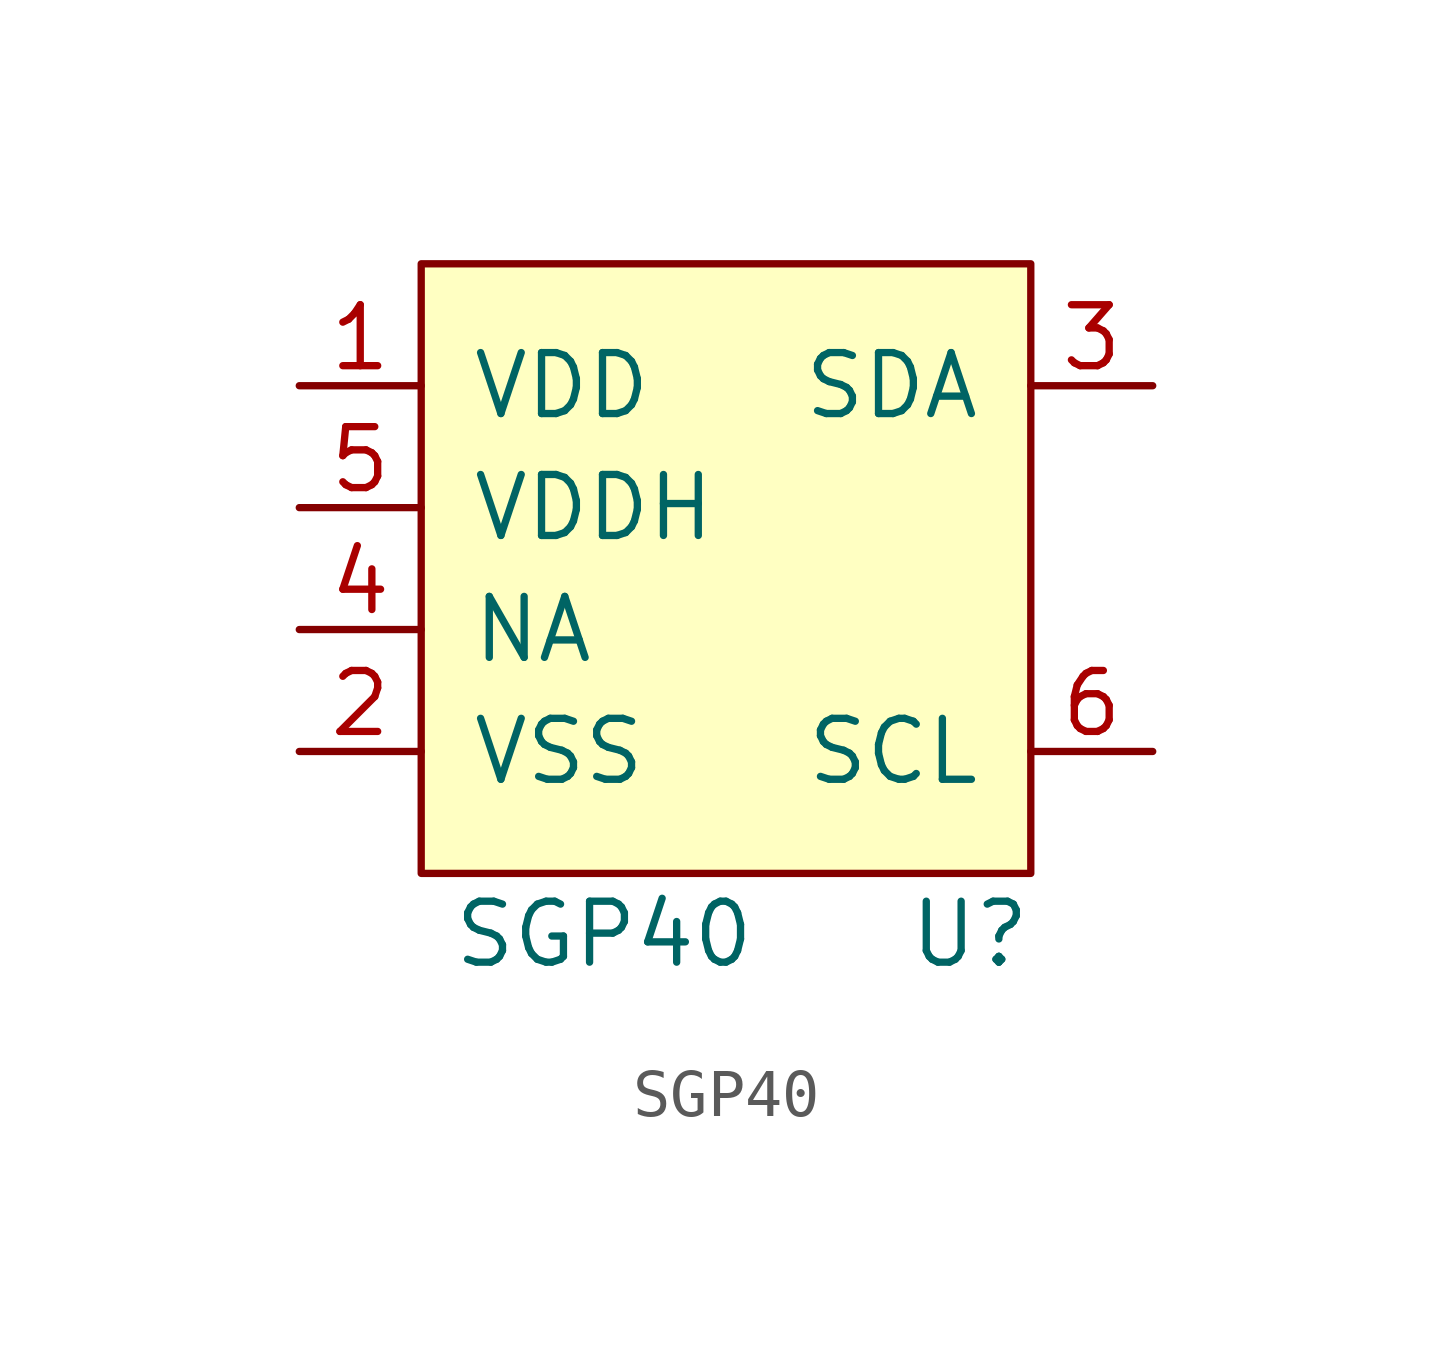
<source format=kicad_sym>
(kicad_symbol_lib
  (version 20211014)
  (generator kicad_symbol_editor)
  (symbol "SGP40"
    (pin_names
      (offset 1.016))
    (property "Reference" "U"
      (at 5.08 -7.62 0)
      (effects (font (size 1.27 1.27))))
    (property "Value" "SGP40"
      (at -2.54 -7.62 0)
      (effects (font (size 1.27 1.27))))
    (symbol "SGP40_0_1"
      (rectangle (start -6.35 6.35) (end 6.35 -6.35) (stroke (width 0) (type default) (color 0 0 0 0)) (fill (type background))))
    (symbol "SGP40_1_0"
      (pin open_collector line (at 8.89 3.81 180) (length 2.54) (name "SDA" (effects (font (size 1.27 1.27)))) (number "3" (effects (font (size 1.27 1.27)))))
      (pin passive line (at -8.89 -1.27 0) (length 2.54) (name "NA" (effects (font (size 1.27 1.27)))) (number "4" (effects (font (size 1.27 1.27)))))
      (pin power_in line (at -8.89 1.27 0) (length 2.54) (name "VDDH" (effects (font (size 1.27 1.27)))) (number "5" (effects (font (size 1.27 1.27)))))
      (pin open_collector line (at 8.89 -3.81 180) (length 2.54) (name "SCL" (effects (font (size 1.27 1.27)))) (number "6" (effects (font (size 1.27 1.27))))))
    (symbol "SGP40_1_1"
      (pin power_in line (at -8.89 3.81 0) (length 2.54) (name "VDD" (effects (font (size 1.27 1.27)))) (number "1" (effects (font (size 1.27 1.27)))))
      (pin power_in line (at -8.89 -3.81 0) (length 2.54) (name "VSS" (effects (font (size 1.27 1.27)))) (number "2" (effects (font (size 1.27 1.27))))))))
</source>
